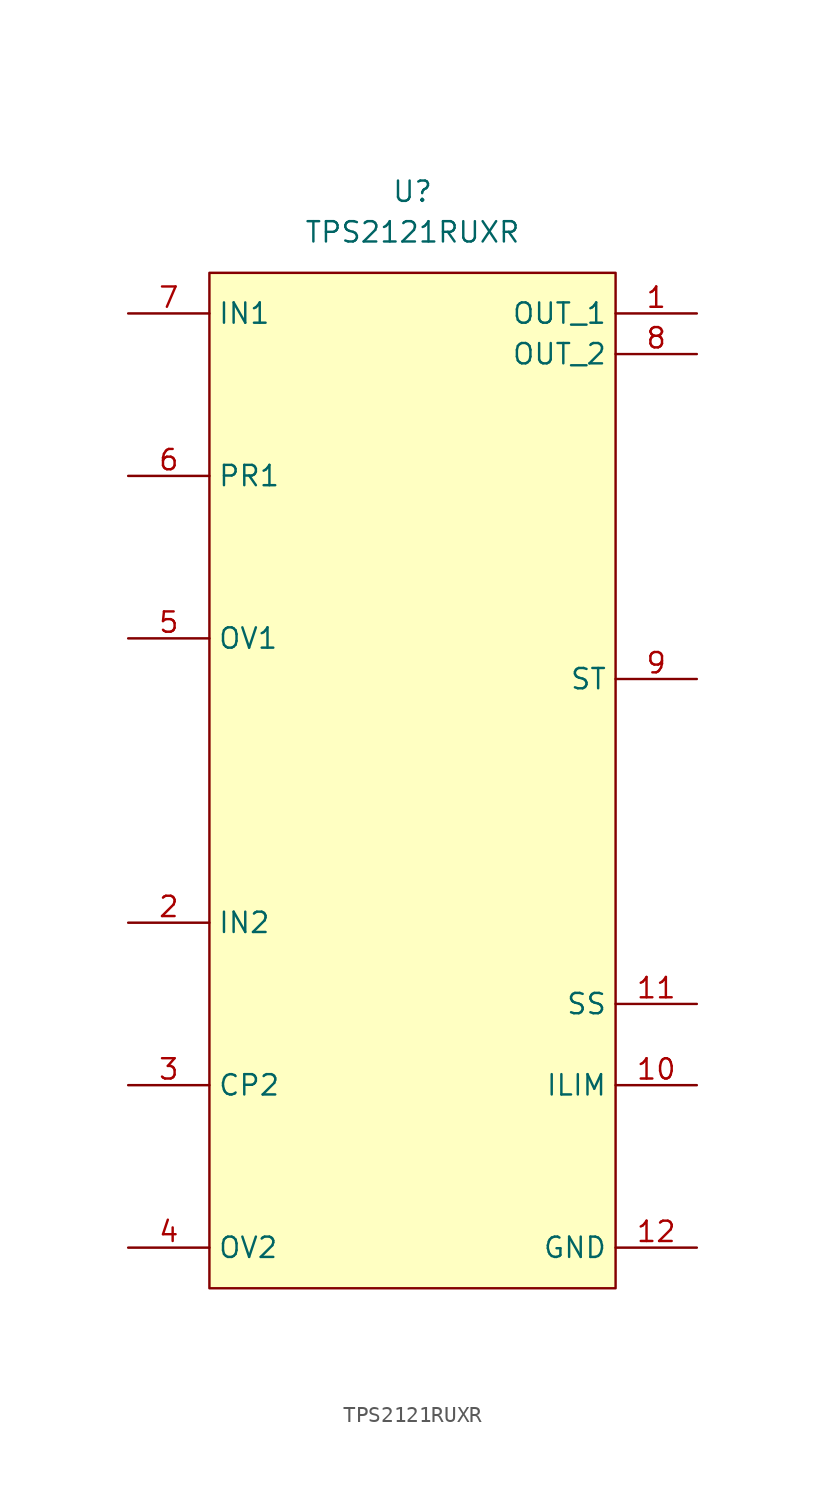
<source format=kicad_sym>
(kicad_symbol_lib
  (version 20241209)
  (generator "kicad_symbol_editor")
  (generator_version "9.0")
  (symbol "TPS2121RUXR"
    (property "Reference" "U"
      (at 0 5.08 0)
      (effects (font (size 1.27 1.27))))
    (property "Value" "TPS2121RUXR"
      (at 0 2.54 0)
      (effects (font (size 1.27 1.27))))
    (symbol "TPS2121RUXR_1_1"
      (rectangle (start -12.7 0) (end 12.7 -63.5) (stroke (width 0) (type default)) (fill (type background)))
      (pin passive line (at -17.78 -2.54 0) (length 5.08) (name "IN1" (effects (font (size 1.27 1.27)))) (number "7" (effects (font (size 1.27 1.27)))))
      (pin passive line (at -17.78 -12.7 0) (length 5.08) (name "PR1" (effects (font (size 1.27 1.27)))) (number "6" (effects (font (size 1.27 1.27)))))
      (pin passive line (at -17.78 -22.86 0) (length 5.08) (name "OV1" (effects (font (size 1.27 1.27)))) (number "5" (effects (font (size 1.27 1.27)))))
      (pin passive line (at -17.78 -40.64 0) (length 5.08) (name "IN2" (effects (font (size 1.27 1.27)))) (number "2" (effects (font (size 1.27 1.27)))))
      (pin passive line (at -17.78 -50.8 0) (length 5.08) (name "CP2" (effects (font (size 1.27 1.27)))) (number "3" (effects (font (size 1.27 1.27)))))
      (pin passive line (at -17.78 -60.96 0) (length 5.08) (name "OV2" (effects (font (size 1.27 1.27)))) (number "4" (effects (font (size 1.27 1.27)))))
      (pin passive line (at 17.78 -2.54 180) (length 5.08) (name "OUT_1" (effects (font (size 1.27 1.27)))) (number "1" (effects (font (size 1.27 1.27)))))
      (pin passive line (at 17.78 -5.08 180) (length 5.08) (name "OUT_2" (effects (font (size 1.27 1.27)))) (number "8" (effects (font (size 1.27 1.27)))))
      (pin passive line (at 17.78 -25.4 180) (length 5.08) (name "ST" (effects (font (size 1.27 1.27)))) (number "9" (effects (font (size 1.27 1.27)))))
      (pin passive line (at 17.78 -45.72 180) (length 5.08) (name "SS" (effects (font (size 1.27 1.27)))) (number "11" (effects (font (size 1.27 1.27)))))
      (pin passive line (at 17.78 -50.8 180) (length 5.08) (name "ILIM" (effects (font (size 1.27 1.27)))) (number "10" (effects (font (size 1.27 1.27)))))
      (pin passive line (at 17.78 -60.96 180) (length 5.08) (name "GND" (effects (font (size 1.27 1.27)))) (number "12" (effects (font (size 1.27 1.27))))))))
</source>
